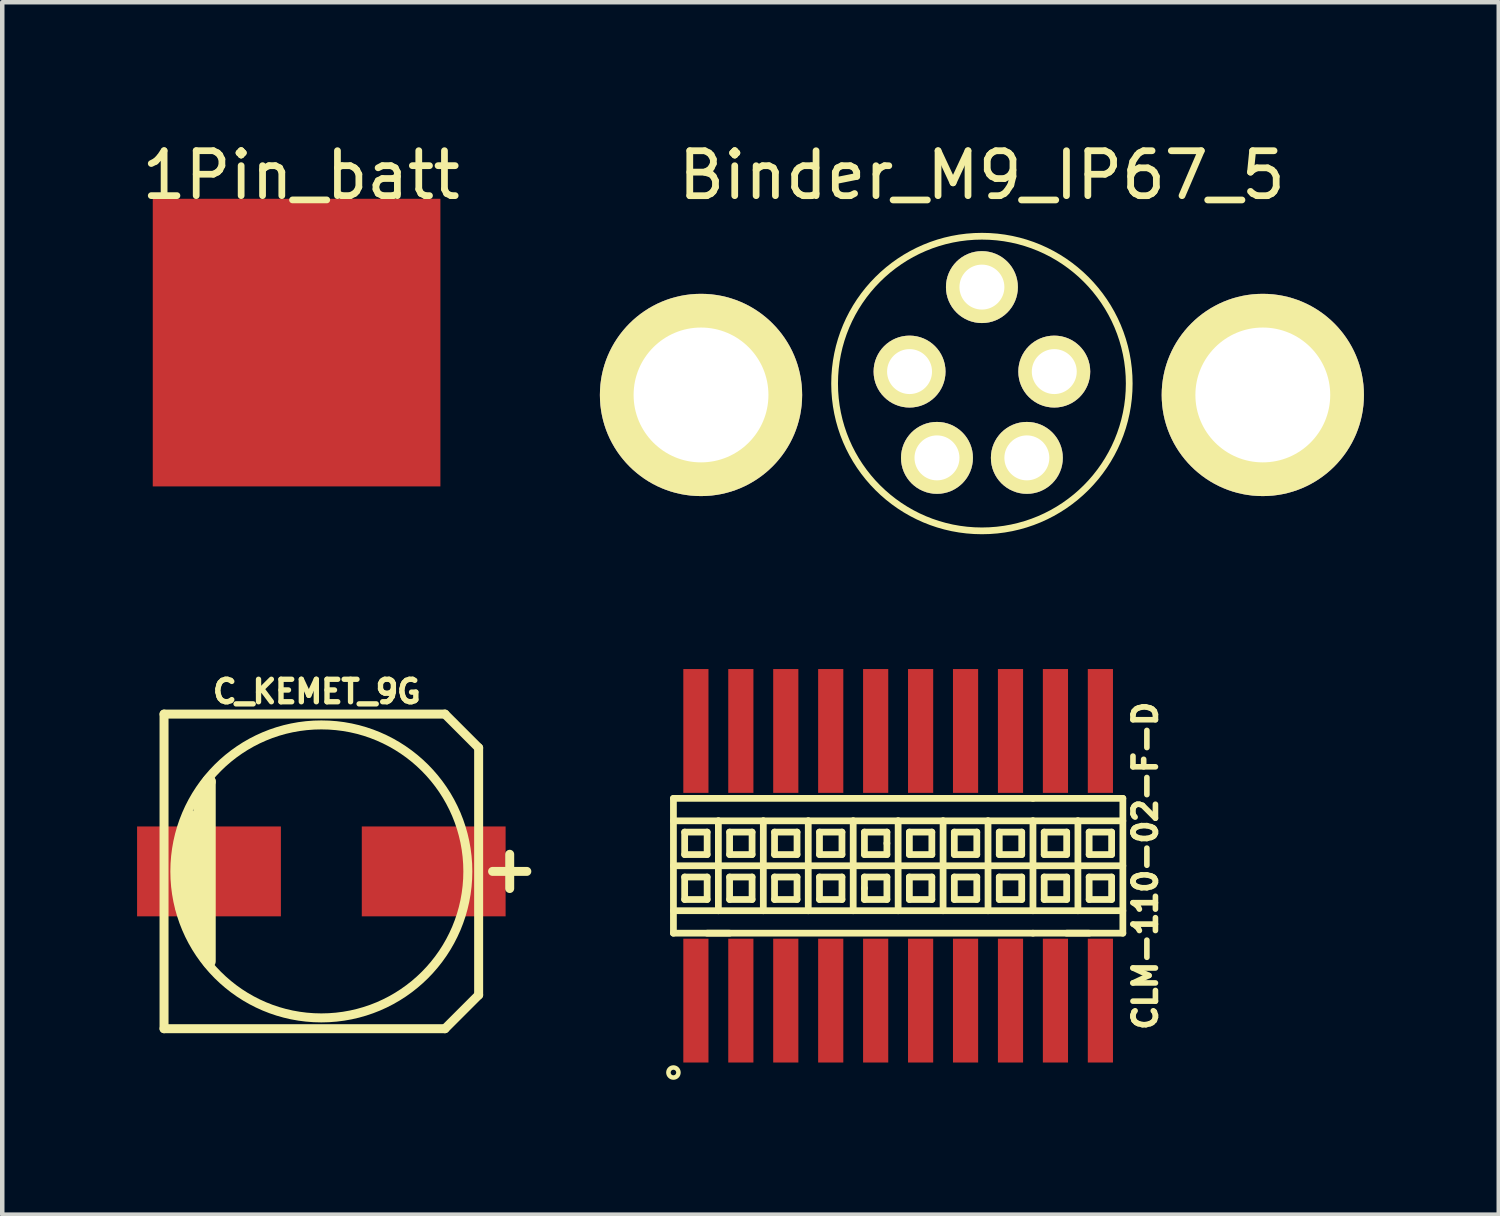
<source format=kicad_pcb>
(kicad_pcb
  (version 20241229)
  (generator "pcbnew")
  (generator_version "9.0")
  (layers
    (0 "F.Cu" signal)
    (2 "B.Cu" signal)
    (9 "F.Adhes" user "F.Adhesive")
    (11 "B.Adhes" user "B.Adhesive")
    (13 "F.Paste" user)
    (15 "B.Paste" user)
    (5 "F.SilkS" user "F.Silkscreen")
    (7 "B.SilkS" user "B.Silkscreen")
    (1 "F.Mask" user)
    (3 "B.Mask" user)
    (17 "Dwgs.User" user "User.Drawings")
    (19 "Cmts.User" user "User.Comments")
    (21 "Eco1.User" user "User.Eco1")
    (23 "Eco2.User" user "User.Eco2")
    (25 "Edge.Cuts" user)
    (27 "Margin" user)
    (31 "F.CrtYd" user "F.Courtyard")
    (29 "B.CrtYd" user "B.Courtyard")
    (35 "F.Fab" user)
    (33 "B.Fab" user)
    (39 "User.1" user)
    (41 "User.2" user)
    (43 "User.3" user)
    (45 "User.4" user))
  (footprint "Binder_M9_IP67_5"
    (layer "F.Cu")
    (at 18.798 5.738)
    (property "Reference" "Binder_M9_IP67_5" (at 0 -4.889 0) (layer "F.SilkS") (effects (font (size 1 1) (thickness 0.15))))
    (attr through_hole)
    (fp_circle (center 0 -0.254) (end -2.349 2.032) (stroke (width 0.15) (type solid)) (fill no) (layer "F.SilkS"))
    (pad "1" thru_hole circle (at -1 1.4) (size 1.6 1.6) (drill 1) (layers "*.Cu" "*.Mask" "F.SilkS"))
    (pad "2" thru_hole circle (at -1.61 -0.52) (size 1.6 1.6) (drill 1) (layers "*.Cu" "*.Mask" "F.SilkS"))
    (pad "3" thru_hole circle (at 0 -2.4) (size 1.6 1.6) (drill 1) (layers "*.Cu" "*.Mask" "F.SilkS"))
    (pad "4" thru_hole circle (at 1.61 -0.52) (size 1.6 1.6) (drill 1) (layers "*.Cu" "*.Mask" "F.SilkS"))
    (pad "5" thru_hole circle (at 1 1.4) (size 1.6 1.6) (drill 1) (layers "*.Cu" "*.Mask" "F.SilkS"))
    (pad "6" thru_hole circle (at -6.25 0) (size 4.5 4.5) (drill 3) (layers "*.Cu" "*.Mask" "F.SilkS"))
    (pad "6" thru_hole circle (at 6.25 0) (size 4.5 4.5) (drill 3) (layers "*.Cu" "*.Mask" "F.SilkS")))
  (footprint "1Pin_batt"
    (layer "F.Cu")
    (at 3.549 4.573)
    (property "Reference" "1Pin_batt" (at 0.1 -3.725 0) (layer "F.SilkS") (effects (font (size 1 1) (thickness 0.15))))
    (attr through_hole)
    (pad "1" smd rect (at 0 0) (size 6.4 6.4) (layers "F.Cu" "F.Mask" "F.Paste")))
  (footprint "C_KEMET_9G"
    (layer "F.Cu")
    (at 4.1 16.339)
    (property "Reference" "C_KEMET_9G" (at -0.1 -4 0) (layer "F.SilkS") (effects (font (size 0.5 0.5) (thickness 0.119))))
    (attr through_hole)
    (fp_line (start -3.5 -3.5) (end 2.75 -3.5) (stroke (width 0.2) (type solid)) (layer "F.SilkS"))
    (fp_line (start -3.5 3.5) (end -3.5 -3.5) (stroke (width 0.2) (type solid)) (layer "F.SilkS"))
    (fp_line (start -3.1 -0.7) (end -2.9 -1.2) (stroke (width 0.3) (type solid)) (layer "F.SilkS"))
    (fp_line (start -3.1 0.8) (end -3.1 -0.7) (stroke (width 0.3) (type solid)) (layer "F.SilkS"))
    (fp_line (start -2.9 -1.2) (end -2.9 1.3) (stroke (width 0.3) (type solid)) (layer "F.SilkS"))
    (fp_line (start -2.9 1.3) (end -2.7 1.7) (stroke (width 0.3) (type solid)) (layer "F.SilkS"))
    (fp_line (start -2.7 -1.7) (end -2.5 -2) (stroke (width 0.3) (type solid)) (layer "F.SilkS"))
    (fp_line (start -2.7 1.7) (end -2.7 -1.7) (stroke (width 0.3) (type solid)) (layer "F.SilkS"))
    (fp_line (start -2.5 -2) (end -2.5 2) (stroke (width 0.3) (type solid)) (layer "F.SilkS"))
    (fp_line (start 2.75 -3.5) (end 3.5 -2.75) (stroke (width 0.2) (type solid)) (layer "F.SilkS"))
    (fp_line (start 2.75 3.5) (end -3.5 3.5) (stroke (width 0.2) (type solid)) (layer "F.SilkS"))
    (fp_line (start 3.5 -2.75) (end 3.5 2.75) (stroke (width 0.2) (type solid)) (layer "F.SilkS"))
    (fp_line (start 3.5 2.75) (end 2.75 3.5) (stroke (width 0.2) (type solid)) (layer "F.SilkS"))
    (fp_line (start 4.191 -0.381) (end 4.191 0.381) (stroke (width 0.2) (type solid)) (layer "F.SilkS"))
    (fp_line (start 4.572 0) (end 3.81 0) (stroke (width 0.2) (type solid)) (layer "F.SilkS"))
    (fp_circle (center 0 0) (end 0.25 -3.25) (stroke (width 0.2) (type solid)) (fill no) (layer "F.SilkS"))
    (pad "1" smd rect (at 2.5 0) (size 3.2 2) (layers "F.Cu" "F.Mask" "F.Paste"))
    (pad "2" smd rect (at -2.5 0) (size 3.2 2) (layers "F.Cu" "F.Mask" "F.Paste")))
  (footprint "CLM-110-02-F-D"
    (layer "F.Cu")
    (at 16.934 16.214)
    (property "Reference" "CLM-110-02-F-D" (at 5.5 0 90) (layer "F.SilkS") (effects (font (size 0.5 0.5) (thickness 0.125))))
    (attr through_hole)
    (fp_line (start -5 -1.5) (end 3 -1.5) (stroke (width 0.15) (type solid)) (layer "F.SilkS"))
    (fp_line (start -5 -1) (end -4 -1) (stroke (width 0.15) (type solid)) (layer "F.SilkS"))
    (fp_line (start -5 1.5) (end -5 -1.5) (stroke (width 0.15) (type solid)) (layer "F.SilkS"))
    (fp_line (start -4.75 -0.75) (end -4.25 -0.75) (stroke (width 0.15) (type solid)) (layer "F.SilkS"))
    (fp_line (start -4.75 -0.25) (end -4.75 -0.75) (stroke (width 0.15) (type solid)) (layer "F.SilkS"))
    (fp_line (start -4.75 0.25) (end -4.25 0.25) (stroke (width 0.15) (type solid)) (layer "F.SilkS"))
    (fp_line (start -4.75 0.75) (end -4.75 0.25) (stroke (width 0.15) (type solid)) (layer "F.SilkS"))
    (fp_line (start -4.25 -0.75) (end -4.25 -0.25) (stroke (width 0.15) (type solid)) (layer "F.SilkS"))
    (fp_line (start -4.25 -0.25) (end -4.75 -0.25) (stroke (width 0.15) (type solid)) (layer "F.SilkS"))
    (fp_line (start -4.25 0.25) (end -4.25 0.75) (stroke (width 0.15) (type solid)) (layer "F.SilkS"))
    (fp_line (start -4.25 0.75) (end -4.75 0.75) (stroke (width 0.15) (type solid)) (layer "F.SilkS"))
    (fp_line (start -4.25 1.5) (end -3.75 1.5) (stroke (width 0.15) (type solid)) (layer "F.SilkS"))
    (fp_line (start -4 -1) (end -4 0) (stroke (width 0.15) (type solid)) (layer "F.SilkS"))
    (fp_line (start -4 -1) (end -3 -1) (stroke (width 0.15) (type solid)) (layer "F.SilkS"))
    (fp_line (start -4 0) (end -5 0) (stroke (width 0.15) (type solid)) (layer "F.SilkS"))
    (fp_line (start -4 0) (end -4 1) (stroke (width 0.15) (type solid)) (layer "F.SilkS"))
    (fp_line (start -4 1) (end -5 1) (stroke (width 0.15) (type solid)) (layer "F.SilkS"))
    (fp_line (start -3.75 -0.75) (end -3.25 -0.75) (stroke (width 0.15) (type solid)) (layer "F.SilkS"))
    (fp_line (start -3.75 -0.25) (end -3.75 -0.75) (stroke (width 0.15) (type solid)) (layer "F.SilkS"))
    (fp_line (start -3.75 0.25) (end -3.25 0.25) (stroke (width 0.15) (type solid)) (layer "F.SilkS"))
    (fp_line (start -3.75 0.75) (end -3.75 0.25) (stroke (width 0.15) (type solid)) (layer "F.SilkS"))
    (fp_line (start -3.25 -0.75) (end -3.25 -0.25) (stroke (width 0.15) (type solid)) (layer "F.SilkS"))
    (fp_line (start -3.25 -0.25) (end -3.75 -0.25) (stroke (width 0.15) (type solid)) (layer "F.SilkS"))
    (fp_line (start -3.25 0.25) (end -3.25 0.75) (stroke (width 0.15) (type solid)) (layer "F.SilkS"))
    (fp_line (start -3.25 0.75) (end -3.75 0.75) (stroke (width 0.15) (type solid)) (layer "F.SilkS"))
    (fp_line (start -3 -1) (end -3 0) (stroke (width 0.15) (type solid)) (layer "F.SilkS"))
    (fp_line (start -3 -1) (end -2 -1) (stroke (width 0.15) (type solid)) (layer "F.SilkS"))
    (fp_line (start -3 0) (end -4 0) (stroke (width 0.15) (type solid)) (layer "F.SilkS"))
    (fp_line (start -3 0) (end -3 1) (stroke (width 0.15) (type solid)) (layer "F.SilkS"))
    (fp_line (start -3 1) (end -4 1) (stroke (width 0.15) (type solid)) (layer "F.SilkS"))
    (fp_line (start -2.75 -0.75) (end -2.25 -0.75) (stroke (width 0.15) (type solid)) (layer "F.SilkS"))
    (fp_line (start -2.75 -0.25) (end -2.75 -0.75) (stroke (width 0.15) (type solid)) (layer "F.SilkS"))
    (fp_line (start -2.75 0.25) (end -2.25 0.25) (stroke (width 0.15) (type solid)) (layer "F.SilkS"))
    (fp_line (start -2.75 0.75) (end -2.75 0.25) (stroke (width 0.15) (type solid)) (layer "F.SilkS"))
    (fp_line (start -2.25 -0.75) (end -2.25 -0.25) (stroke (width 0.15) (type solid)) (layer "F.SilkS"))
    (fp_line (start -2.25 -0.25) (end -2.75 -0.25) (stroke (width 0.15) (type solid)) (layer "F.SilkS"))
    (fp_line (start -2.25 0.25) (end -2.25 0.75) (stroke (width 0.15) (type solid)) (layer "F.SilkS"))
    (fp_line (start -2.25 0.75) (end -2.75 0.75) (stroke (width 0.15) (type solid)) (layer "F.SilkS"))
    (fp_line (start -2 -1) (end -2 0) (stroke (width 0.15) (type solid)) (layer "F.SilkS"))
    (fp_line (start -2 -1) (end -1 -1) (stroke (width 0.15) (type solid)) (layer "F.SilkS"))
    (fp_line (start -2 0) (end -3 0) (stroke (width 0.15) (type solid)) (layer "F.SilkS"))
    (fp_line (start -2 0) (end -2 1) (stroke (width 0.15) (type solid)) (layer "F.SilkS"))
    (fp_line (start -2 1) (end -3 1) (stroke (width 0.15) (type solid)) (layer "F.SilkS"))
    (fp_line (start -1.75 -0.75) (end -1.25 -0.75) (stroke (width 0.15) (type solid)) (layer "F.SilkS"))
    (fp_line (start -1.75 -0.25) (end -1.75 -0.75) (stroke (width 0.15) (type solid)) (layer "F.SilkS"))
    (fp_line (start -1.75 0.25) (end -1.25 0.25) (stroke (width 0.15) (type solid)) (layer "F.SilkS"))
    (fp_line (start -1.75 0.75) (end -1.75 0.25) (stroke (width 0.15) (type solid)) (layer "F.SilkS"))
    (fp_line (start -1.25 -0.75) (end -1.25 -0.25) (stroke (width 0.15) (type solid)) (layer "F.SilkS"))
    (fp_line (start -1.25 -0.25) (end -1.75 -0.25) (stroke (width 0.15) (type solid)) (layer "F.SilkS"))
    (fp_line (start -1.25 0.25) (end -1.25 0.75) (stroke (width 0.15) (type solid)) (layer "F.SilkS"))
    (fp_line (start -1.25 0.75) (end -1.75 0.75) (stroke (width 0.15) (type solid)) (layer "F.SilkS"))
    (fp_line (start -1 -1) (end -1 0) (stroke (width 0.15) (type solid)) (layer "F.SilkS"))
    (fp_line (start -1 -1) (end 0 -1) (stroke (width 0.15) (type solid)) (layer "F.SilkS"))
    (fp_line (start -1 0) (end -2 0) (stroke (width 0.15) (type solid)) (layer "F.SilkS"))
    (fp_line (start -1 0) (end -1 1) (stroke (width 0.15) (type solid)) (layer "F.SilkS"))
    (fp_line (start -1 1) (end -2 1) (stroke (width 0.15) (type solid)) (layer "F.SilkS"))
    (fp_line (start -0.75 -0.75) (end -0.25 -0.75) (stroke (width 0.15) (type solid)) (layer "F.SilkS"))
    (fp_line (start -0.75 -0.25) (end -0.75 -0.75) (stroke (width 0.15) (type solid)) (layer "F.SilkS"))
    (fp_line (start -0.75 0.25) (end -0.25 0.25) (stroke (width 0.15) (type solid)) (layer "F.SilkS"))
    (fp_line (start -0.75 0.5) (end -0.75 0.25) (stroke (width 0.15) (type solid)) (layer "F.SilkS"))
    (fp_line (start -0.75 0.75) (end -0.75 0.5) (stroke (width 0.15) (type solid)) (layer "F.SilkS"))
    (fp_line (start -0.25 -0.75) (end -0.25 -0.5) (stroke (width 0.15) (type solid)) (layer "F.SilkS"))
    (fp_line (start -0.25 -0.5) (end -0.25 -0.25) (stroke (width 0.15) (type solid)) (layer "F.SilkS"))
    (fp_line (start -0.25 -0.25) (end -0.75 -0.25) (stroke (width 0.15) (type solid)) (layer "F.SilkS"))
    (fp_line (start -0.25 0.25) (end -0.25 0.75) (stroke (width 0.15) (type solid)) (layer "F.SilkS"))
    (fp_line (start -0.25 0.75) (end -0.75 0.75) (stroke (width 0.15) (type solid)) (layer "F.SilkS"))
    (fp_line (start 0 -1) (end 0 0) (stroke (width 0.15) (type solid)) (layer "F.SilkS"))
    (fp_line (start 0 -1) (end 1 -1) (stroke (width 0.15) (type solid)) (layer "F.SilkS"))
    (fp_line (start 0 0) (end -1 0) (stroke (width 0.15) (type solid)) (layer "F.SilkS"))
    (fp_line (start 0 0) (end 0 1) (stroke (width 0.15) (type solid)) (layer "F.SilkS"))
    (fp_line (start 0 1) (end -1 1) (stroke (width 0.15) (type solid)) (layer "F.SilkS"))
    (fp_line (start 0.25 -0.75) (end 0.75 -0.75) (stroke (width 0.15) (type solid)) (layer "F.SilkS"))
    (fp_line (start 0.25 -0.25) (end 0.25 -0.75) (stroke (width 0.15) (type solid)) (layer "F.SilkS"))
    (fp_line (start 0.25 0.25) (end 0.75 0.25) (stroke (width 0.15) (type solid)) (layer "F.SilkS"))
    (fp_line (start 0.25 0.75) (end 0.25 0.25) (stroke (width 0.15) (type solid)) (layer "F.SilkS"))
    (fp_line (start 0.75 -0.75) (end 0.75 -0.25) (stroke (width 0.15) (type solid)) (layer "F.SilkS"))
    (fp_line (start 0.75 -0.25) (end 0.25 -0.25) (stroke (width 0.15) (type solid)) (layer "F.SilkS"))
    (fp_line (start 0.75 0.25) (end 0.75 0.75) (stroke (width 0.15) (type solid)) (layer "F.SilkS"))
    (fp_line (start 0.75 0.75) (end 0.25 0.75) (stroke (width 0.15) (type solid)) (layer "F.SilkS"))
    (fp_line (start 1 -1) (end 1 0) (stroke (width 0.15) (type solid)) (layer "F.SilkS"))
    (fp_line (start 1 -1) (end 2 -1) (stroke (width 0.15) (type solid)) (layer "F.SilkS"))
    (fp_line (start 1 0) (end 0 0) (stroke (width 0.15) (type solid)) (layer "F.SilkS"))
    (fp_line (start 1 0) (end 1 1) (stroke (width 0.15) (type solid)) (layer "F.SilkS"))
    (fp_line (start 1 1) (end 0 1) (stroke (width 0.15) (type solid)) (layer "F.SilkS"))
    (fp_line (start 1.25 -0.75) (end 1.75 -0.75) (stroke (width 0.15) (type solid)) (layer "F.SilkS"))
    (fp_line (start 1.25 -0.25) (end 1.25 -0.75) (stroke (width 0.15) (type solid)) (layer "F.SilkS"))
    (fp_line (start 1.25 0.25) (end 1.75 0.25) (stroke (width 0.15) (type solid)) (layer "F.SilkS"))
    (fp_line (start 1.25 0.75) (end 1.25 0.25) (stroke (width 0.15) (type solid)) (layer "F.SilkS"))
    (fp_line (start 1.75 -0.75) (end 1.75 -0.25) (stroke (width 0.15) (type solid)) (layer "F.SilkS"))
    (fp_line (start 1.75 -0.25) (end 1.25 -0.25) (stroke (width 0.15) (type solid)) (layer "F.SilkS"))
    (fp_line (start 1.75 0.25) (end 1.75 0.75) (stroke (width 0.15) (type solid)) (layer "F.SilkS"))
    (fp_line (start 1.75 0.75) (end 1.25 0.75) (stroke (width 0.15) (type solid)) (layer "F.SilkS"))
    (fp_line (start 2 -1) (end 2 0) (stroke (width 0.15) (type solid)) (layer "F.SilkS"))
    (fp_line (start 2 -1) (end 3 -1) (stroke (width 0.15) (type solid)) (layer "F.SilkS"))
    (fp_line (start 2 0) (end 1 0) (stroke (width 0.15) (type solid)) (layer "F.SilkS"))
    (fp_line (start 2 0) (end 2 1) (stroke (width 0.15) (type solid)) (layer "F.SilkS"))
    (fp_line (start 2 0) (end 3 0) (stroke (width 0.15) (type solid)) (layer "F.SilkS"))
    (fp_line (start 2 1) (end 1 1) (stroke (width 0.15) (type solid)) (layer "F.SilkS"))
    (fp_line (start 2 1) (end 3 1) (stroke (width 0.15) (type solid)) (layer "F.SilkS"))
    (fp_line (start 2.25 -0.75) (end 2.75 -0.75) (stroke (width 0.15) (type solid)) (layer "F.SilkS"))
    (fp_line (start 2.25 -0.25) (end 2.25 -0.75) (stroke (width 0.15) (type solid)) (layer "F.SilkS"))
    (fp_line (start 2.25 0.25) (end 2.75 0.25) (stroke (width 0.15) (type solid)) (layer "F.SilkS"))
    (fp_line (start 2.25 0.75) (end 2.25 0.25) (stroke (width 0.15) (type solid)) (layer "F.SilkS"))
    (fp_line (start 2.75 -0.75) (end 2.75 -0.25) (stroke (width 0.15) (type solid)) (layer "F.SilkS"))
    (fp_line (start 2.75 -0.25) (end 2.25 -0.25) (stroke (width 0.15) (type solid)) (layer "F.SilkS"))
    (fp_line (start 2.75 0.25) (end 2.75 0.75) (stroke (width 0.15) (type solid)) (layer "F.SilkS"))
    (fp_line (start 2.75 0.75) (end 2.25 0.75) (stroke (width 0.15) (type solid)) (layer "F.SilkS"))
    (fp_line (start 3 -1.5) (end 5 -1.5) (stroke (width 0.15) (type solid)) (layer "F.SilkS"))
    (fp_line (start 3 -1) (end 3 1) (stroke (width 0.15) (type solid)) (layer "F.SilkS"))
    (fp_line (start 3 -1) (end 4 -1) (stroke (width 0.15) (type solid)) (layer "F.SilkS"))
    (fp_line (start 3 1.5) (end -5 1.5) (stroke (width 0.15) (type solid)) (layer "F.SilkS"))
    (fp_line (start 3.25 -0.75) (end 3.75 -0.75) (stroke (width 0.15) (type solid)) (layer "F.SilkS"))
    (fp_line (start 3.25 -0.25) (end 3.25 -0.75) (stroke (width 0.15) (type solid)) (layer "F.SilkS"))
    (fp_line (start 3.25 0.25) (end 3.75 0.25) (stroke (width 0.15) (type solid)) (layer "F.SilkS"))
    (fp_line (start 3.25 0.75) (end 3.25 0.25) (stroke (width 0.15) (type solid)) (layer "F.SilkS"))
    (fp_line (start 3.75 -0.75) (end 3.75 -0.25) (stroke (width 0.15) (type solid)) (layer "F.SilkS"))
    (fp_line (start 3.75 -0.25) (end 3.25 -0.25) (stroke (width 0.15) (type solid)) (layer "F.SilkS"))
    (fp_line (start 3.75 0.25) (end 3.75 0.75) (stroke (width 0.15) (type solid)) (layer "F.SilkS"))
    (fp_line (start 3.75 0.75) (end 3.25 0.75) (stroke (width 0.15) (type solid)) (layer "F.SilkS"))
    (fp_line (start 3.75 1.5) (end 4.25 1.5) (stroke (width 0.15) (type solid)) (layer "F.SilkS"))
    (fp_line (start 4 -1) (end 4 0) (stroke (width 0.15) (type solid)) (layer "F.SilkS"))
    (fp_line (start 4 -1) (end 5 -1) (stroke (width 0.15) (type solid)) (layer "F.SilkS"))
    (fp_line (start 4 0) (end 3 0) (stroke (width 0.15) (type solid)) (layer "F.SilkS"))
    (fp_line (start 4 0) (end 4 1) (stroke (width 0.15) (type solid)) (layer "F.SilkS"))
    (fp_line (start 4 0) (end 5 0) (stroke (width 0.15) (type solid)) (layer "F.SilkS"))
    (fp_line (start 4 1) (end 3 1) (stroke (width 0.15) (type solid)) (layer "F.SilkS"))
    (fp_line (start 4 1) (end 5 1) (stroke (width 0.15) (type solid)) (layer "F.SilkS"))
    (fp_line (start 4.25 -0.75) (end 4.75 -0.75) (stroke (width 0.15) (type solid)) (layer "F.SilkS"))
    (fp_line (start 4.25 -0.25) (end 4.25 -0.75) (stroke (width 0.15) (type solid)) (layer "F.SilkS"))
    (fp_line (start 4.25 0.25) (end 4.75 0.25) (stroke (width 0.15) (type solid)) (layer "F.SilkS"))
    (fp_line (start 4.25 0.75) (end 4.25 0.25) (stroke (width 0.15) (type solid)) (layer "F.SilkS"))
    (fp_line (start 4.75 -0.75) (end 4.75 -0.25) (stroke (width 0.15) (type solid)) (layer "F.SilkS"))
    (fp_line (start 4.75 -0.25) (end 4.25 -0.25) (stroke (width 0.15) (type solid)) (layer "F.SilkS"))
    (fp_line (start 4.75 0.25) (end 4.75 0.75) (stroke (width 0.15) (type solid)) (layer "F.SilkS"))
    (fp_line (start 4.75 0.75) (end 4.25 0.75) (stroke (width 0.15) (type solid)) (layer "F.SilkS"))
    (fp_line (start 5 -1.5) (end 5 1.5) (stroke (width 0.15) (type solid)) (layer "F.SilkS"))
    (fp_line (start 5 1.5) (end 3 1.5) (stroke (width 0.15) (type solid)) (layer "F.SilkS"))
    (fp_circle (center -5 4.6) (end -5.05 4.7) (stroke (width 0.1) (type solid)) (fill no) (layer "F.SilkS"))
    (pad "1" smd rect (at -4.5 3) (size 0.56 2.755) (layers "F.Cu" "F.Mask" "F.Paste"))
    (pad "2" smd rect (at -4.5 -3) (size 0.56 2.755) (layers "F.Cu" "F.Mask" "F.Paste"))
    (pad "3" smd rect (at -3.5 3) (size 0.56 2.755) (layers "F.Cu" "F.Mask" "F.Paste"))
    (pad "4" smd rect (at -3.5 -3) (size 0.56 2.755) (layers "F.Cu" "F.Mask" "F.Paste"))
    (pad "5" smd rect (at -2.5 3) (size 0.56 2.755) (layers "F.Cu" "F.Mask" "F.Paste"))
    (pad "6" smd rect (at -2.5 -3) (size 0.56 2.755) (layers "F.Cu" "F.Mask" "F.Paste"))
    (pad "7" smd rect (at -1.5 3) (size 0.56 2.755) (layers "F.Cu" "F.Mask" "F.Paste"))
    (pad "8" smd rect (at -1.5 -3) (size 0.56 2.755) (layers "F.Cu" "F.Mask" "F.Paste"))
    (pad "9" smd rect (at -0.5 3) (size 0.56 2.755) (layers "F.Cu" "F.Mask" "F.Paste"))
    (pad "10" smd rect (at -0.5 -3) (size 0.56 2.755) (layers "F.Cu" "F.Mask" "F.Paste"))
    (pad "11" smd rect (at 0.5 3) (size 0.56 2.755) (layers "F.Cu" "F.Mask" "F.Paste"))
    (pad "12" smd rect (at 0.5 -3) (size 0.56 2.755) (layers "F.Cu" "F.Mask" "F.Paste"))
    (pad "13" smd rect (at 1.5 3) (size 0.56 2.755) (layers "F.Cu" "F.Mask" "F.Paste"))
    (pad "14" smd rect (at 1.5 -3) (size 0.56 2.755) (layers "F.Cu" "F.Mask" "F.Paste"))
    (pad "15" smd rect (at 2.5 3) (size 0.56 2.755) (layers "F.Cu" "F.Mask" "F.Paste"))
    (pad "16" smd rect (at 2.5 -3) (size 0.56 2.755) (layers "F.Cu" "F.Mask" "F.Paste"))
    (pad "17" smd rect (at 3.5 3) (size 0.56 2.755) (layers "F.Cu" "F.Mask" "F.Paste"))
    (pad "18" smd rect (at 3.5 -3) (size 0.56 2.755) (layers "F.Cu" "F.Mask" "F.Paste"))
    (pad "19" smd rect (at 4.5 3) (size 0.56 2.755) (layers "F.Cu" "F.Mask" "F.Paste"))
    (pad "20" smd rect (at 4.5 -3) (size 0.56 2.755) (layers "F.Cu" "F.Mask" "F.Paste")))
  (gr_rect
    (start -3 -3)
    (end 30.298 23.976)
    (stroke (width 0.1) (type default))
    (fill no)
    (layer "Edge.Cuts")))
</source>
